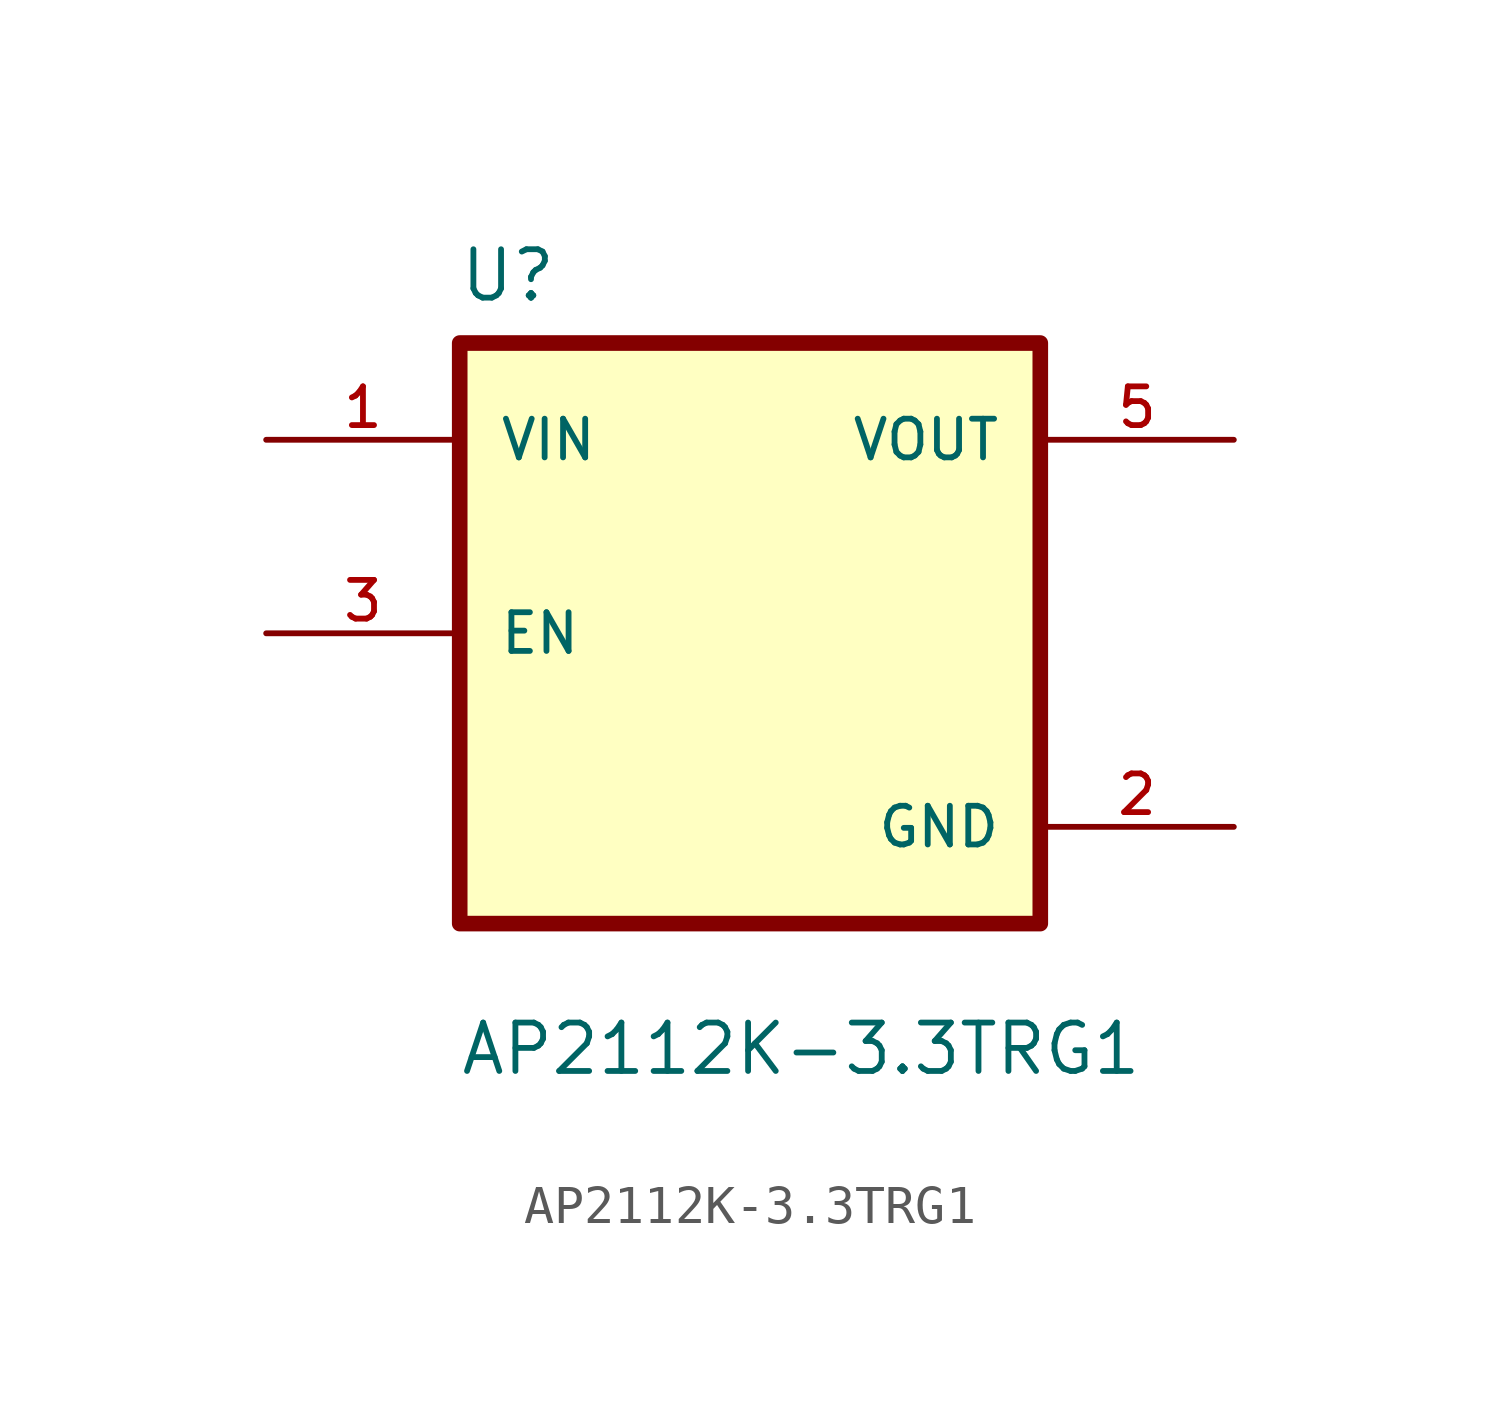
<source format=kicad_sym>
(kicad_symbol_lib
  (version 20220914)
  (generator kicad_symbol_editor)
  (symbol "AP2112K-3.3TRG1"
    (pin_names
      (offset 1.016))
    (property "Reference" "U"
      (at -7.663 8.648 0)
      (effects (font (size 1.27 1.27)) (justify left bottom)))
    (property "Value" "AP2112K-3.3TRG1"
      (at -7.649 -11.651 0)
      (effects (font (size 1.27 1.27)) (justify left bottom)))
    (symbol "AP2112K-3.3TRG1_0_0"
      (rectangle (start -7.62 -7.62) (end 7.62 7.62) (stroke (width 0.41) (type default)) (fill (type background)))
      (pin power_in line (at -12.7 5.08 0) (length 5.08) (name "VIN" (effects (font (size 1.016 1.016)))) (number "1" (effects (font (size 1.016 1.016)))))
      (pin power_in line (at 12.7 -5.08 180) (length 5.08) (name "GND" (effects (font (size 1.016 1.016)))) (number "2" (effects (font (size 1.016 1.016)))))
      (pin input line (at -12.7 0 0) (length 5.08) (name "EN" (effects (font (size 1.016 1.016)))) (number "3" (effects (font (size 1.016 1.016)))))
      (pin power_in line (at 12.7 5.08 180) (length 5.08) (name "VOUT" (effects (font (size 1.016 1.016)))) (number "5" (effects (font (size 1.016 1.016))))))
    (symbol "AP2112K-3.3TRG1_1_0"
      (pin no_connect line (at -12.7 -5.08 0) (length 5.08) hide (name "NC" (effects (font (size 1.016 1.016)))) (number "4" (effects (font (size 1.016 1.016))))))))
</source>
